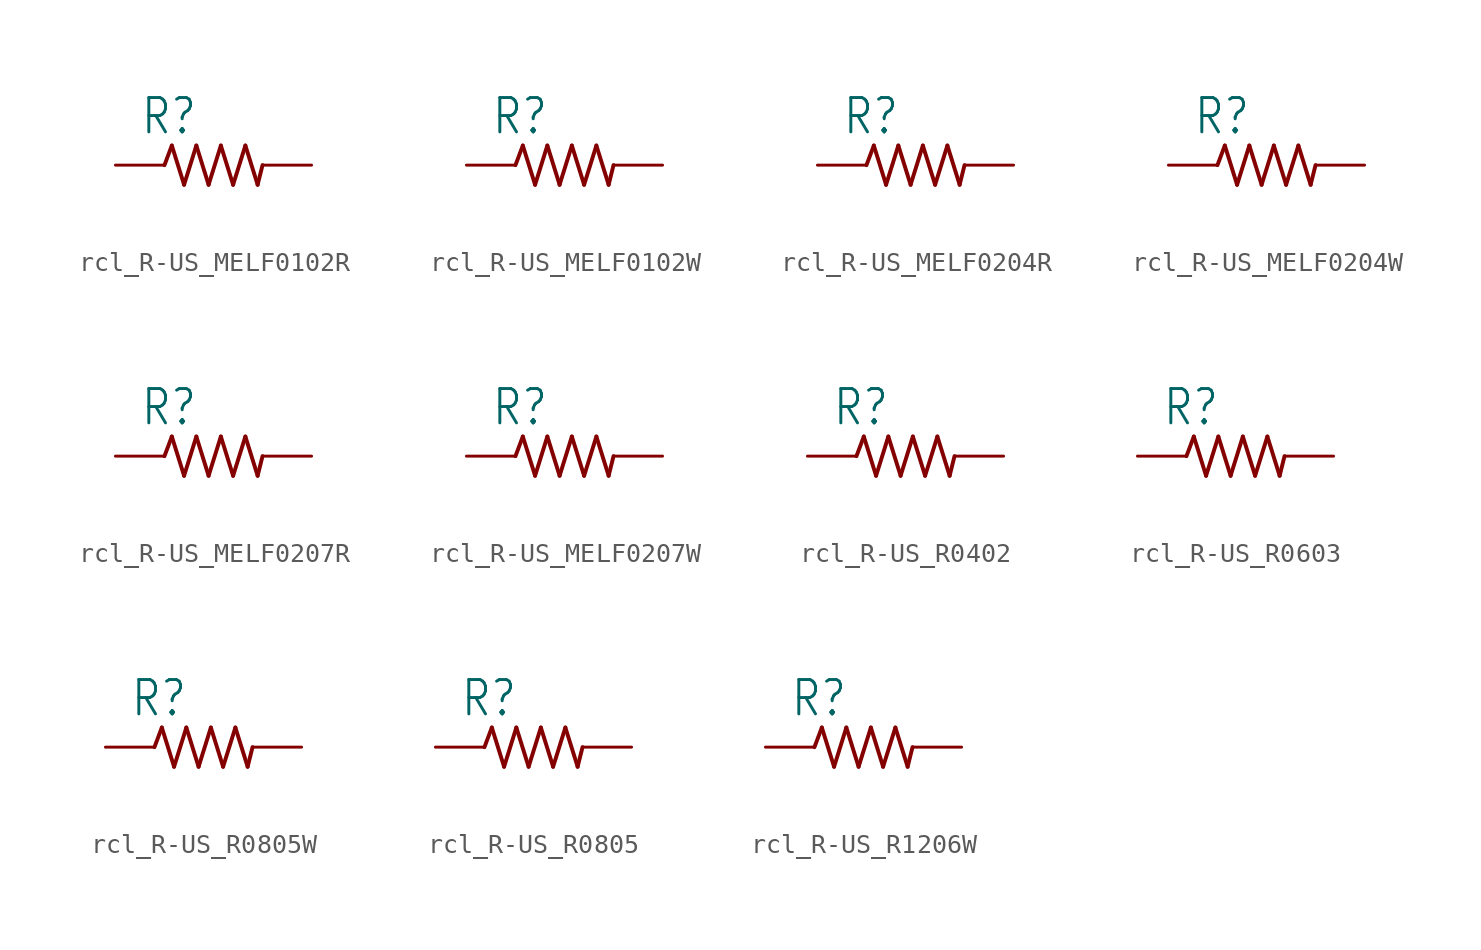
<source format=kicad_sym>
(kicad_symbol_lib
  (version 20231120)
  (generator "kicad_symbol_editor")
  (generator_version "8.0")
  (symbol "rcl_R-US_MELF0102R"
    (property "Reference" "R"
      (at -3.81 1.499 0)
      (effects (font (size 1.778 1.511)) (justify left bottom)))
    (property "Value" ""
      (at -3.81 -3.302 0)
      (effects (font (size 1.778 1.511)) (justify left bottom)))
    (property "ki_locked" ""
      (at 0 0 0)
      (effects (font (size 1.27 1.27))))
    (symbol "rcl_R-US_MELF0102R_1_0"
      (polyline (pts (xy -2.54 0) (xy -2.159 1.016)) (stroke (width 0.203) (type solid)) (fill (type none)))
      (polyline (pts (xy -2.159 1.016) (xy -1.524 -1.016)) (stroke (width 0.203) (type solid)) (fill (type none)))
      (polyline (pts (xy -1.524 -1.016) (xy -0.889 1.016)) (stroke (width 0.203) (type solid)) (fill (type none)))
      (polyline (pts (xy -0.889 1.016) (xy -0.254 -1.016)) (stroke (width 0.203) (type solid)) (fill (type none)))
      (polyline (pts (xy -0.254 -1.016) (xy 0.381 1.016)) (stroke (width 0.203) (type solid)) (fill (type none)))
      (polyline (pts (xy 0.381 1.016) (xy 1.016 -1.016)) (stroke (width 0.203) (type solid)) (fill (type none)))
      (polyline (pts (xy 1.016 -1.016) (xy 1.651 1.016)) (stroke (width 0.203) (type solid)) (fill (type none)))
      (polyline (pts (xy 1.651 1.016) (xy 2.286 -1.016)) (stroke (width 0.203) (type solid)) (fill (type none)))
      (polyline (pts (xy 2.286 -1.016) (xy 2.54 0)) (stroke (width 0.203) (type solid)) (fill (type none)))
      (pin passive line (at -5.08 0 0) (length 2.54) (name "1" (effects (font (size 0 0)))) (number "1" (effects (font (size 0 0)))))
      (pin passive line (at 5.08 0 180) (length 2.54) (name "2" (effects (font (size 0 0)))) (number "2" (effects (font (size 0 0)))))))
  (symbol "rcl_R-US_MELF0102W"
    (property "Reference" "R"
      (at -3.81 1.499 0)
      (effects (font (size 1.778 1.511)) (justify left bottom)))
    (property "Value" ""
      (at -3.81 -3.302 0)
      (effects (font (size 1.778 1.511)) (justify left bottom)))
    (property "ki_locked" ""
      (at 0 0 0)
      (effects (font (size 1.27 1.27))))
    (symbol "rcl_R-US_MELF0102W_1_0"
      (polyline (pts (xy -2.54 0) (xy -2.159 1.016)) (stroke (width 0.203) (type solid)) (fill (type none)))
      (polyline (pts (xy -2.159 1.016) (xy -1.524 -1.016)) (stroke (width 0.203) (type solid)) (fill (type none)))
      (polyline (pts (xy -1.524 -1.016) (xy -0.889 1.016)) (stroke (width 0.203) (type solid)) (fill (type none)))
      (polyline (pts (xy -0.889 1.016) (xy -0.254 -1.016)) (stroke (width 0.203) (type solid)) (fill (type none)))
      (polyline (pts (xy -0.254 -1.016) (xy 0.381 1.016)) (stroke (width 0.203) (type solid)) (fill (type none)))
      (polyline (pts (xy 0.381 1.016) (xy 1.016 -1.016)) (stroke (width 0.203) (type solid)) (fill (type none)))
      (polyline (pts (xy 1.016 -1.016) (xy 1.651 1.016)) (stroke (width 0.203) (type solid)) (fill (type none)))
      (polyline (pts (xy 1.651 1.016) (xy 2.286 -1.016)) (stroke (width 0.203) (type solid)) (fill (type none)))
      (polyline (pts (xy 2.286 -1.016) (xy 2.54 0)) (stroke (width 0.203) (type solid)) (fill (type none)))
      (pin passive line (at -5.08 0 0) (length 2.54) (name "1" (effects (font (size 0 0)))) (number "1" (effects (font (size 0 0)))))
      (pin passive line (at 5.08 0 180) (length 2.54) (name "2" (effects (font (size 0 0)))) (number "2" (effects (font (size 0 0)))))))
  (symbol "rcl_R-US_MELF0204R"
    (property "Reference" "R"
      (at -3.81 1.499 0)
      (effects (font (size 1.778 1.511)) (justify left bottom)))
    (property "Value" ""
      (at -3.81 -3.302 0)
      (effects (font (size 1.778 1.511)) (justify left bottom)))
    (property "ki_locked" ""
      (at 0 0 0)
      (effects (font (size 1.27 1.27))))
    (symbol "rcl_R-US_MELF0204R_1_0"
      (polyline (pts (xy -2.54 0) (xy -2.159 1.016)) (stroke (width 0.203) (type solid)) (fill (type none)))
      (polyline (pts (xy -2.159 1.016) (xy -1.524 -1.016)) (stroke (width 0.203) (type solid)) (fill (type none)))
      (polyline (pts (xy -1.524 -1.016) (xy -0.889 1.016)) (stroke (width 0.203) (type solid)) (fill (type none)))
      (polyline (pts (xy -0.889 1.016) (xy -0.254 -1.016)) (stroke (width 0.203) (type solid)) (fill (type none)))
      (polyline (pts (xy -0.254 -1.016) (xy 0.381 1.016)) (stroke (width 0.203) (type solid)) (fill (type none)))
      (polyline (pts (xy 0.381 1.016) (xy 1.016 -1.016)) (stroke (width 0.203) (type solid)) (fill (type none)))
      (polyline (pts (xy 1.016 -1.016) (xy 1.651 1.016)) (stroke (width 0.203) (type solid)) (fill (type none)))
      (polyline (pts (xy 1.651 1.016) (xy 2.286 -1.016)) (stroke (width 0.203) (type solid)) (fill (type none)))
      (polyline (pts (xy 2.286 -1.016) (xy 2.54 0)) (stroke (width 0.203) (type solid)) (fill (type none)))
      (pin passive line (at -5.08 0 0) (length 2.54) (name "1" (effects (font (size 0 0)))) (number "1" (effects (font (size 0 0)))))
      (pin passive line (at 5.08 0 180) (length 2.54) (name "2" (effects (font (size 0 0)))) (number "2" (effects (font (size 0 0)))))))
  (symbol "rcl_R-US_MELF0204W"
    (property "Reference" "R"
      (at -3.81 1.499 0)
      (effects (font (size 1.778 1.511)) (justify left bottom)))
    (property "Value" ""
      (at -3.81 -3.302 0)
      (effects (font (size 1.778 1.511)) (justify left bottom)))
    (property "ki_locked" ""
      (at 0 0 0)
      (effects (font (size 1.27 1.27))))
    (symbol "rcl_R-US_MELF0204W_1_0"
      (polyline (pts (xy -2.54 0) (xy -2.159 1.016)) (stroke (width 0.203) (type solid)) (fill (type none)))
      (polyline (pts (xy -2.159 1.016) (xy -1.524 -1.016)) (stroke (width 0.203) (type solid)) (fill (type none)))
      (polyline (pts (xy -1.524 -1.016) (xy -0.889 1.016)) (stroke (width 0.203) (type solid)) (fill (type none)))
      (polyline (pts (xy -0.889 1.016) (xy -0.254 -1.016)) (stroke (width 0.203) (type solid)) (fill (type none)))
      (polyline (pts (xy -0.254 -1.016) (xy 0.381 1.016)) (stroke (width 0.203) (type solid)) (fill (type none)))
      (polyline (pts (xy 0.381 1.016) (xy 1.016 -1.016)) (stroke (width 0.203) (type solid)) (fill (type none)))
      (polyline (pts (xy 1.016 -1.016) (xy 1.651 1.016)) (stroke (width 0.203) (type solid)) (fill (type none)))
      (polyline (pts (xy 1.651 1.016) (xy 2.286 -1.016)) (stroke (width 0.203) (type solid)) (fill (type none)))
      (polyline (pts (xy 2.286 -1.016) (xy 2.54 0)) (stroke (width 0.203) (type solid)) (fill (type none)))
      (pin passive line (at -5.08 0 0) (length 2.54) (name "1" (effects (font (size 0 0)))) (number "1" (effects (font (size 0 0)))))
      (pin passive line (at 5.08 0 180) (length 2.54) (name "2" (effects (font (size 0 0)))) (number "2" (effects (font (size 0 0)))))))
  (symbol "rcl_R-US_MELF0207R"
    (property "Reference" "R"
      (at -3.81 1.499 0)
      (effects (font (size 1.778 1.511)) (justify left bottom)))
    (property "Value" ""
      (at -3.81 -3.302 0)
      (effects (font (size 1.778 1.511)) (justify left bottom)))
    (property "ki_locked" ""
      (at 0 0 0)
      (effects (font (size 1.27 1.27))))
    (symbol "rcl_R-US_MELF0207R_1_0"
      (polyline (pts (xy -2.54 0) (xy -2.159 1.016)) (stroke (width 0.203) (type solid)) (fill (type none)))
      (polyline (pts (xy -2.159 1.016) (xy -1.524 -1.016)) (stroke (width 0.203) (type solid)) (fill (type none)))
      (polyline (pts (xy -1.524 -1.016) (xy -0.889 1.016)) (stroke (width 0.203) (type solid)) (fill (type none)))
      (polyline (pts (xy -0.889 1.016) (xy -0.254 -1.016)) (stroke (width 0.203) (type solid)) (fill (type none)))
      (polyline (pts (xy -0.254 -1.016) (xy 0.381 1.016)) (stroke (width 0.203) (type solid)) (fill (type none)))
      (polyline (pts (xy 0.381 1.016) (xy 1.016 -1.016)) (stroke (width 0.203) (type solid)) (fill (type none)))
      (polyline (pts (xy 1.016 -1.016) (xy 1.651 1.016)) (stroke (width 0.203) (type solid)) (fill (type none)))
      (polyline (pts (xy 1.651 1.016) (xy 2.286 -1.016)) (stroke (width 0.203) (type solid)) (fill (type none)))
      (polyline (pts (xy 2.286 -1.016) (xy 2.54 0)) (stroke (width 0.203) (type solid)) (fill (type none)))
      (pin passive line (at -5.08 0 0) (length 2.54) (name "1" (effects (font (size 0 0)))) (number "1" (effects (font (size 0 0)))))
      (pin passive line (at 5.08 0 180) (length 2.54) (name "2" (effects (font (size 0 0)))) (number "2" (effects (font (size 0 0)))))))
  (symbol "rcl_R-US_MELF0207W"
    (property "Reference" "R"
      (at -3.81 1.499 0)
      (effects (font (size 1.778 1.511)) (justify left bottom)))
    (property "Value" ""
      (at -3.81 -3.302 0)
      (effects (font (size 1.778 1.511)) (justify left bottom)))
    (property "ki_locked" ""
      (at 0 0 0)
      (effects (font (size 1.27 1.27))))
    (symbol "rcl_R-US_MELF0207W_1_0"
      (polyline (pts (xy -2.54 0) (xy -2.159 1.016)) (stroke (width 0.203) (type solid)) (fill (type none)))
      (polyline (pts (xy -2.159 1.016) (xy -1.524 -1.016)) (stroke (width 0.203) (type solid)) (fill (type none)))
      (polyline (pts (xy -1.524 -1.016) (xy -0.889 1.016)) (stroke (width 0.203) (type solid)) (fill (type none)))
      (polyline (pts (xy -0.889 1.016) (xy -0.254 -1.016)) (stroke (width 0.203) (type solid)) (fill (type none)))
      (polyline (pts (xy -0.254 -1.016) (xy 0.381 1.016)) (stroke (width 0.203) (type solid)) (fill (type none)))
      (polyline (pts (xy 0.381 1.016) (xy 1.016 -1.016)) (stroke (width 0.203) (type solid)) (fill (type none)))
      (polyline (pts (xy 1.016 -1.016) (xy 1.651 1.016)) (stroke (width 0.203) (type solid)) (fill (type none)))
      (polyline (pts (xy 1.651 1.016) (xy 2.286 -1.016)) (stroke (width 0.203) (type solid)) (fill (type none)))
      (polyline (pts (xy 2.286 -1.016) (xy 2.54 0)) (stroke (width 0.203) (type solid)) (fill (type none)))
      (pin passive line (at -5.08 0 0) (length 2.54) (name "1" (effects (font (size 0 0)))) (number "1" (effects (font (size 0 0)))))
      (pin passive line (at 5.08 0 180) (length 2.54) (name "2" (effects (font (size 0 0)))) (number "2" (effects (font (size 0 0)))))))
  (symbol "rcl_R-US_R0402"
    (property "Reference" "R"
      (at -3.81 1.499 0)
      (effects (font (size 1.778 1.511)) (justify left bottom)))
    (property "Value" ""
      (at -3.81 -3.302 0)
      (effects (font (size 1.778 1.511)) (justify left bottom)))
    (property "ki_locked" ""
      (at 0 0 0)
      (effects (font (size 1.27 1.27))))
    (symbol "rcl_R-US_R0402_1_0"
      (polyline (pts (xy -2.54 0) (xy -2.159 1.016)) (stroke (width 0.203) (type solid)) (fill (type none)))
      (polyline (pts (xy -2.159 1.016) (xy -1.524 -1.016)) (stroke (width 0.203) (type solid)) (fill (type none)))
      (polyline (pts (xy -1.524 -1.016) (xy -0.889 1.016)) (stroke (width 0.203) (type solid)) (fill (type none)))
      (polyline (pts (xy -0.889 1.016) (xy -0.254 -1.016)) (stroke (width 0.203) (type solid)) (fill (type none)))
      (polyline (pts (xy -0.254 -1.016) (xy 0.381 1.016)) (stroke (width 0.203) (type solid)) (fill (type none)))
      (polyline (pts (xy 0.381 1.016) (xy 1.016 -1.016)) (stroke (width 0.203) (type solid)) (fill (type none)))
      (polyline (pts (xy 1.016 -1.016) (xy 1.651 1.016)) (stroke (width 0.203) (type solid)) (fill (type none)))
      (polyline (pts (xy 1.651 1.016) (xy 2.286 -1.016)) (stroke (width 0.203) (type solid)) (fill (type none)))
      (polyline (pts (xy 2.286 -1.016) (xy 2.54 0)) (stroke (width 0.203) (type solid)) (fill (type none)))
      (pin passive line (at -5.08 0 0) (length 2.54) (name "1" (effects (font (size 0 0)))) (number "1" (effects (font (size 0 0)))))
      (pin passive line (at 5.08 0 180) (length 2.54) (name "2" (effects (font (size 0 0)))) (number "2" (effects (font (size 0 0)))))))
  (symbol "rcl_R-US_R0603"
    (property "Reference" "R"
      (at -3.81 1.499 0)
      (effects (font (size 1.778 1.511)) (justify left bottom)))
    (property "Value" ""
      (at -3.81 -3.302 0)
      (effects (font (size 1.778 1.511)) (justify left bottom)))
    (property "ki_locked" ""
      (at 0 0 0)
      (effects (font (size 1.27 1.27))))
    (symbol "rcl_R-US_R0603_1_0"
      (polyline (pts (xy -2.54 0) (xy -2.159 1.016)) (stroke (width 0.203) (type solid)) (fill (type none)))
      (polyline (pts (xy -2.159 1.016) (xy -1.524 -1.016)) (stroke (width 0.203) (type solid)) (fill (type none)))
      (polyline (pts (xy -1.524 -1.016) (xy -0.889 1.016)) (stroke (width 0.203) (type solid)) (fill (type none)))
      (polyline (pts (xy -0.889 1.016) (xy -0.254 -1.016)) (stroke (width 0.203) (type solid)) (fill (type none)))
      (polyline (pts (xy -0.254 -1.016) (xy 0.381 1.016)) (stroke (width 0.203) (type solid)) (fill (type none)))
      (polyline (pts (xy 0.381 1.016) (xy 1.016 -1.016)) (stroke (width 0.203) (type solid)) (fill (type none)))
      (polyline (pts (xy 1.016 -1.016) (xy 1.651 1.016)) (stroke (width 0.203) (type solid)) (fill (type none)))
      (polyline (pts (xy 1.651 1.016) (xy 2.286 -1.016)) (stroke (width 0.203) (type solid)) (fill (type none)))
      (polyline (pts (xy 2.286 -1.016) (xy 2.54 0)) (stroke (width 0.203) (type solid)) (fill (type none)))
      (pin passive line (at -5.08 0 0) (length 2.54) (name "1" (effects (font (size 0 0)))) (number "1" (effects (font (size 0 0)))))
      (pin passive line (at 5.08 0 180) (length 2.54) (name "2" (effects (font (size 0 0)))) (number "2" (effects (font (size 0 0)))))))
  (symbol "rcl_R-US_R0805W"
    (property "Reference" "R"
      (at -3.81 1.499 0)
      (effects (font (size 1.778 1.511)) (justify left bottom)))
    (property "Value" ""
      (at -3.81 -3.302 0)
      (effects (font (size 1.778 1.511)) (justify left bottom)))
    (property "ki_locked" ""
      (at 0 0 0)
      (effects (font (size 1.27 1.27))))
    (symbol "rcl_R-US_R0805W_1_0"
      (polyline (pts (xy -2.54 0) (xy -2.159 1.016)) (stroke (width 0.203) (type solid)) (fill (type none)))
      (polyline (pts (xy -2.159 1.016) (xy -1.524 -1.016)) (stroke (width 0.203) (type solid)) (fill (type none)))
      (polyline (pts (xy -1.524 -1.016) (xy -0.889 1.016)) (stroke (width 0.203) (type solid)) (fill (type none)))
      (polyline (pts (xy -0.889 1.016) (xy -0.254 -1.016)) (stroke (width 0.203) (type solid)) (fill (type none)))
      (polyline (pts (xy -0.254 -1.016) (xy 0.381 1.016)) (stroke (width 0.203) (type solid)) (fill (type none)))
      (polyline (pts (xy 0.381 1.016) (xy 1.016 -1.016)) (stroke (width 0.203) (type solid)) (fill (type none)))
      (polyline (pts (xy 1.016 -1.016) (xy 1.651 1.016)) (stroke (width 0.203) (type solid)) (fill (type none)))
      (polyline (pts (xy 1.651 1.016) (xy 2.286 -1.016)) (stroke (width 0.203) (type solid)) (fill (type none)))
      (polyline (pts (xy 2.286 -1.016) (xy 2.54 0)) (stroke (width 0.203) (type solid)) (fill (type none)))
      (pin passive line (at -5.08 0 0) (length 2.54) (name "1" (effects (font (size 0 0)))) (number "1" (effects (font (size 0 0)))))
      (pin passive line (at 5.08 0 180) (length 2.54) (name "2" (effects (font (size 0 0)))) (number "2" (effects (font (size 0 0)))))))
  (symbol "rcl_R-US_R0805"
    (property "Reference" "R"
      (at -3.81 1.499 0)
      (effects (font (size 1.778 1.511)) (justify left bottom)))
    (property "Value" ""
      (at -3.81 -3.302 0)
      (effects (font (size 1.778 1.511)) (justify left bottom)))
    (property "ki_locked" ""
      (at 0 0 0)
      (effects (font (size 1.27 1.27))))
    (symbol "rcl_R-US_R0805_1_0"
      (polyline (pts (xy -2.54 0) (xy -2.159 1.016)) (stroke (width 0.203) (type solid)) (fill (type none)))
      (polyline (pts (xy -2.159 1.016) (xy -1.524 -1.016)) (stroke (width 0.203) (type solid)) (fill (type none)))
      (polyline (pts (xy -1.524 -1.016) (xy -0.889 1.016)) (stroke (width 0.203) (type solid)) (fill (type none)))
      (polyline (pts (xy -0.889 1.016) (xy -0.254 -1.016)) (stroke (width 0.203) (type solid)) (fill (type none)))
      (polyline (pts (xy -0.254 -1.016) (xy 0.381 1.016)) (stroke (width 0.203) (type solid)) (fill (type none)))
      (polyline (pts (xy 0.381 1.016) (xy 1.016 -1.016)) (stroke (width 0.203) (type solid)) (fill (type none)))
      (polyline (pts (xy 1.016 -1.016) (xy 1.651 1.016)) (stroke (width 0.203) (type solid)) (fill (type none)))
      (polyline (pts (xy 1.651 1.016) (xy 2.286 -1.016)) (stroke (width 0.203) (type solid)) (fill (type none)))
      (polyline (pts (xy 2.286 -1.016) (xy 2.54 0)) (stroke (width 0.203) (type solid)) (fill (type none)))
      (pin passive line (at -5.08 0 0) (length 2.54) (name "1" (effects (font (size 0 0)))) (number "1" (effects (font (size 0 0)))))
      (pin passive line (at 5.08 0 180) (length 2.54) (name "2" (effects (font (size 0 0)))) (number "2" (effects (font (size 0 0)))))))
  (symbol "rcl_R-US_R1206W"
    (property "Reference" "R"
      (at -3.81 1.499 0)
      (effects (font (size 1.778 1.511)) (justify left bottom)))
    (property "Value" ""
      (at -3.81 -3.302 0)
      (effects (font (size 1.778 1.511)) (justify left bottom)))
    (property "ki_locked" ""
      (at 0 0 0)
      (effects (font (size 1.27 1.27))))
    (symbol "rcl_R-US_R1206W_1_0"
      (polyline (pts (xy -2.54 0) (xy -2.159 1.016)) (stroke (width 0.203) (type solid)) (fill (type none)))
      (polyline (pts (xy -2.159 1.016) (xy -1.524 -1.016)) (stroke (width 0.203) (type solid)) (fill (type none)))
      (polyline (pts (xy -1.524 -1.016) (xy -0.889 1.016)) (stroke (width 0.203) (type solid)) (fill (type none)))
      (polyline (pts (xy -0.889 1.016) (xy -0.254 -1.016)) (stroke (width 0.203) (type solid)) (fill (type none)))
      (polyline (pts (xy -0.254 -1.016) (xy 0.381 1.016)) (stroke (width 0.203) (type solid)) (fill (type none)))
      (polyline (pts (xy 0.381 1.016) (xy 1.016 -1.016)) (stroke (width 0.203) (type solid)) (fill (type none)))
      (polyline (pts (xy 1.016 -1.016) (xy 1.651 1.016)) (stroke (width 0.203) (type solid)) (fill (type none)))
      (polyline (pts (xy 1.651 1.016) (xy 2.286 -1.016)) (stroke (width 0.203) (type solid)) (fill (type none)))
      (polyline (pts (xy 2.286 -1.016) (xy 2.54 0)) (stroke (width 0.203) (type solid)) (fill (type none)))
      (pin passive line (at -5.08 0 0) (length 2.54) (name "1" (effects (font (size 0 0)))) (number "1" (effects (font (size 0 0)))))
      (pin passive line (at 5.08 0 180) (length 2.54) (name "2" (effects (font (size 0 0)))) (number "2" (effects (font (size 0 0))))))))
</source>
